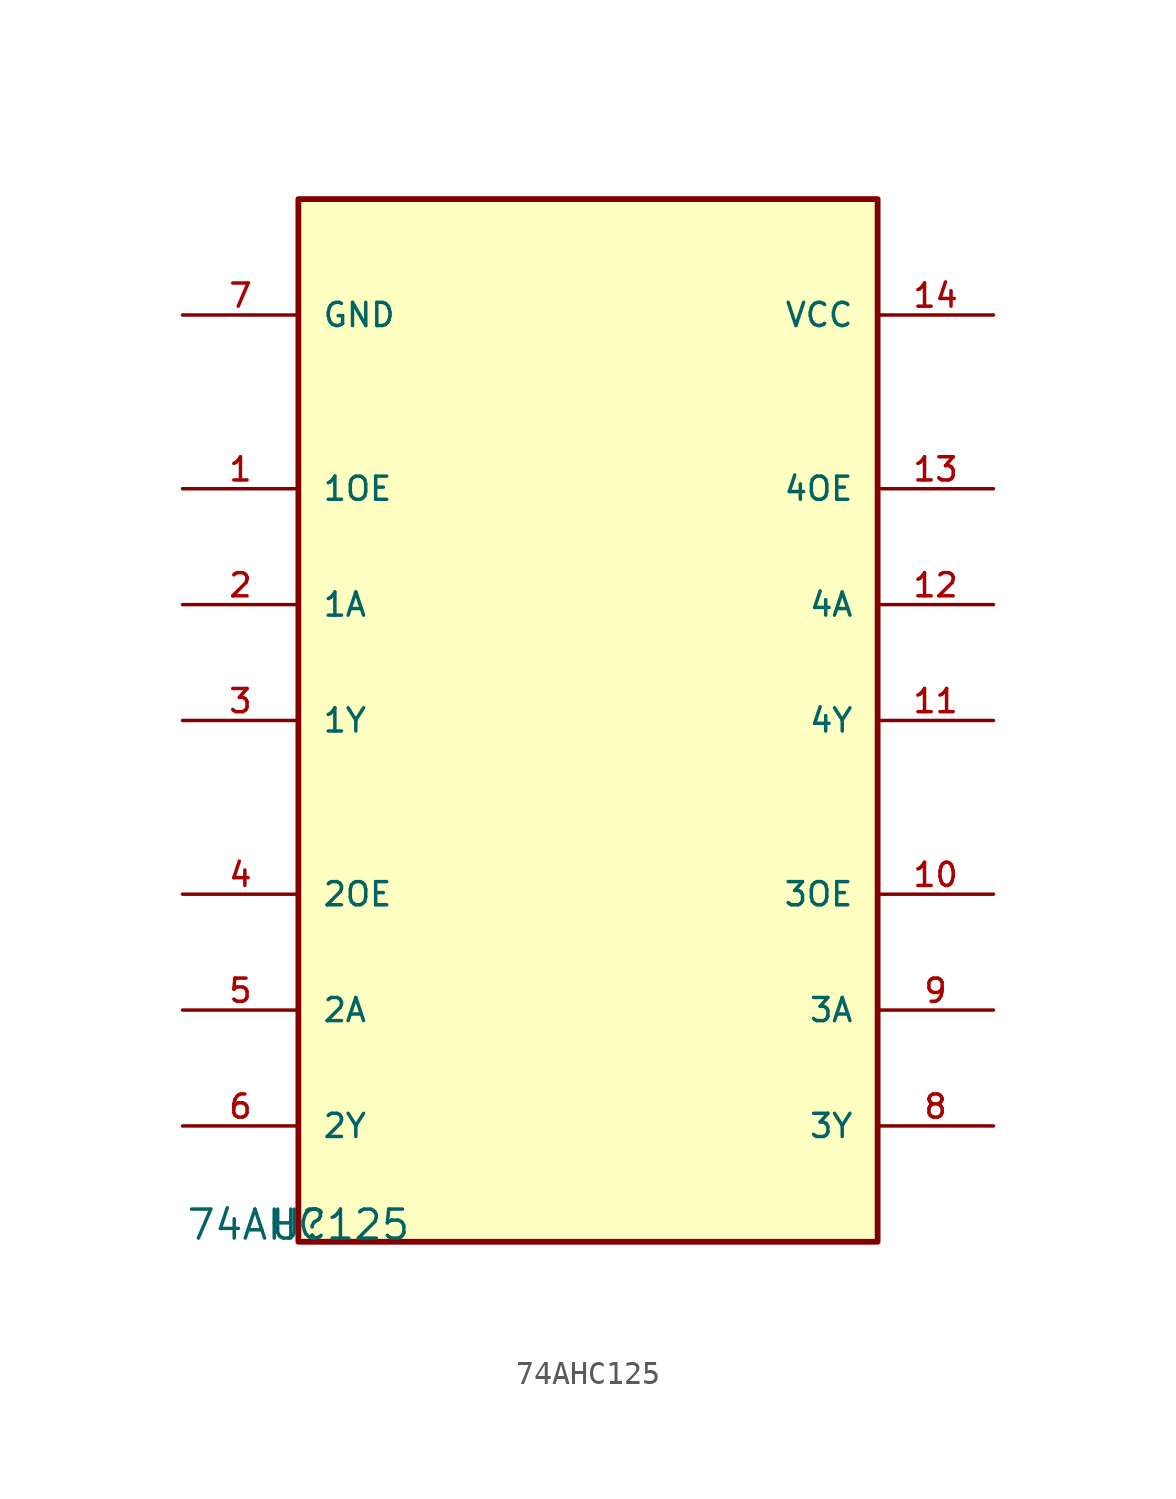
<source format=kicad_sym>
(kicad_symbol_lib
  (version 20211014)
  (generator kicad_symbol_editor)
  (symbol "74AHC125"
    (pin_names
      (offset 1.016))
    (property "Reference" "U"
      (at 0 0 0)
      (effects (font (size 1.27 1.27)) (justify bottom)))
    (property "Value" "74AHC125"
      (at 0 0.0 0)
      (effects (font (size 1.27 1.27)) (justify bottom)))
    (symbol "74AHC125_0_0"
      (rectangle (start -1.7763568394e-15 0.0) (end 25.4 45.72) (stroke (width 0.254)) (fill (type background)))
      (pin bidirectional line (at -5.08 22.86 0) (length 5.08) (name "1Y" (effects (font (size 1.016 1.016)))) (number "3" (effects (font (size 1.016 1.016)))))
      (pin bidirectional line (at -5.08 27.94 0) (length 5.08) (name "1A" (effects (font (size 1.016 1.016)))) (number "2" (effects (font (size 1.016 1.016)))))
      (pin bidirectional line (at -5.08 33.02 0) (length 5.08) (name "1OE" (effects (font (size 1.016 1.016)))) (number "1" (effects (font (size 1.016 1.016)))))
      (pin bidirectional line (at -5.08 15.24 0) (length 5.08) (name "2OE" (effects (font (size 1.016 1.016)))) (number "4" (effects (font (size 1.016 1.016)))))
      (pin bidirectional line (at -5.08 10.16 0) (length 5.08) (name "2A" (effects (font (size 1.016 1.016)))) (number "5" (effects (font (size 1.016 1.016)))))
      (pin bidirectional line (at -5.08 5.08 0) (length 5.08) (name "2Y" (effects (font (size 1.016 1.016)))) (number "6" (effects (font (size 1.016 1.016)))))
      (pin bidirectional line (at 30.48 15.24 180.0) (length 5.08) (name "3OE" (effects (font (size 1.016 1.016)))) (number "10" (effects (font (size 1.016 1.016)))))
      (pin bidirectional line (at 30.48 10.16 180.0) (length 5.08) (name "3A" (effects (font (size 1.016 1.016)))) (number "9" (effects (font (size 1.016 1.016)))))
      (pin bidirectional line (at 30.48 5.08 180.0) (length 5.08) (name "3Y" (effects (font (size 1.016 1.016)))) (number "8" (effects (font (size 1.016 1.016)))))
      (pin bidirectional line (at 30.48 22.86 180.0) (length 5.08) (name "4Y" (effects (font (size 1.016 1.016)))) (number "11" (effects (font (size 1.016 1.016)))))
      (pin bidirectional line (at 30.48 27.94 180.0) (length 5.08) (name "4A" (effects (font (size 1.016 1.016)))) (number "12" (effects (font (size 1.016 1.016)))))
      (pin bidirectional line (at 30.48 33.02 180.0) (length 5.08) (name "4OE" (effects (font (size 1.016 1.016)))) (number "13" (effects (font (size 1.016 1.016)))))
      (pin bidirectional line (at -5.08 40.64 0) (length 5.08) (name "GND" (effects (font (size 1.016 1.016)))) (number "7" (effects (font (size 1.016 1.016)))))
      (pin bidirectional line (at 30.48 40.64 180.0) (length 5.08) (name "VCC" (effects (font (size 1.016 1.016)))) (number "14" (effects (font (size 1.016 1.016))))))))
</source>
